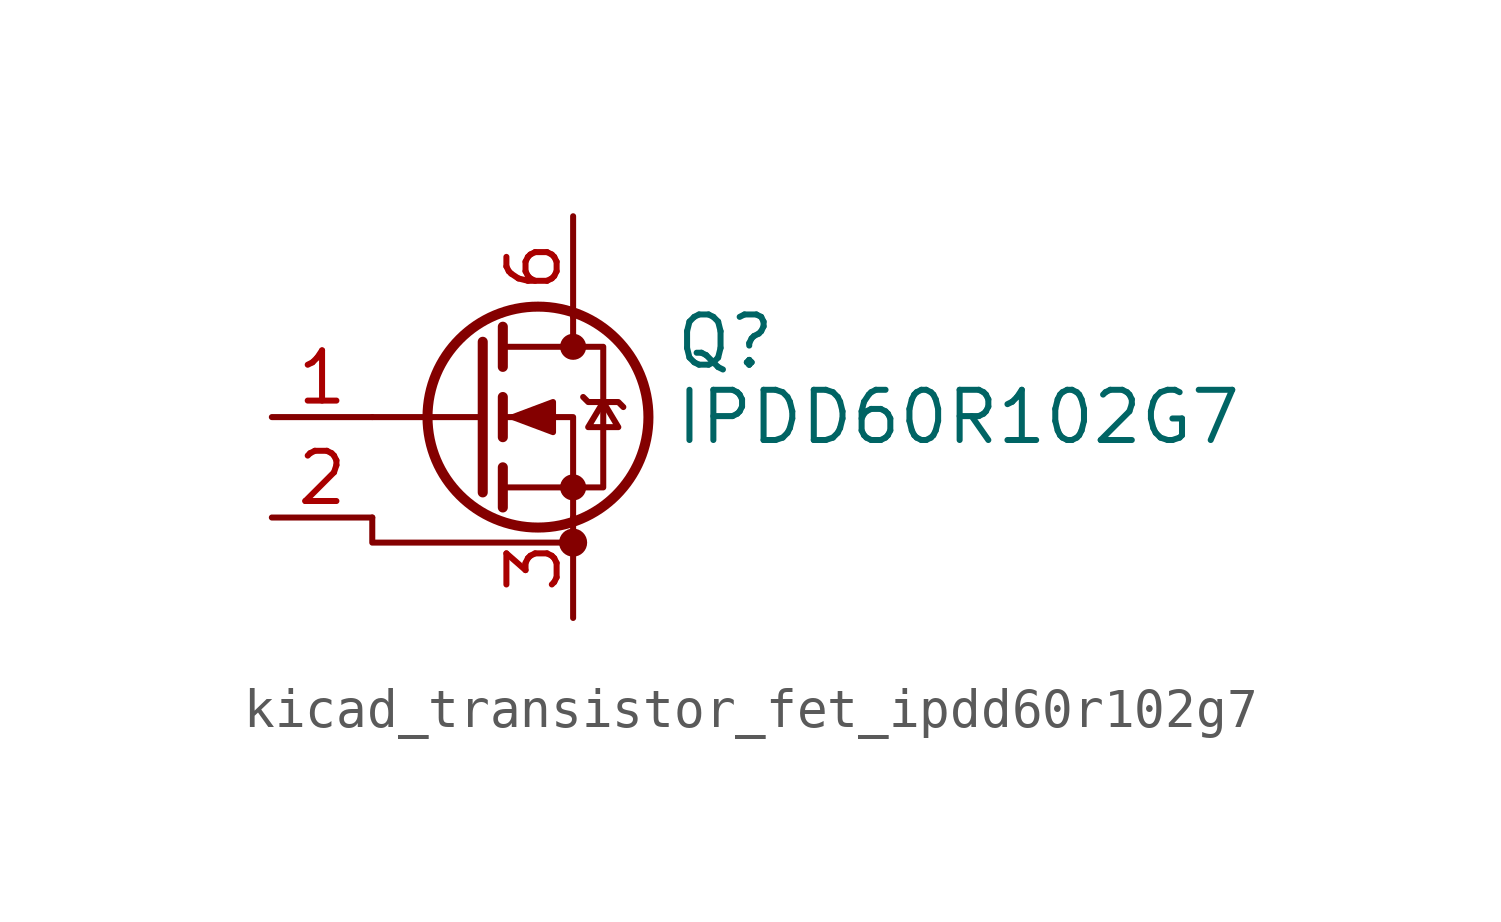
<source format=kicad_sym>
(kicad_symbol_lib
  (version 20220914)
  (generator kicad_symbol_editor)
  (symbol "kicad_transistor_fet_ipdd60r102g7"
    (pin_names hide)
    (property "Reference" "Q"
      (at 5.08 1.905 0)
      (effects (font (size 1.27 1.27)) (justify left)))
    (property "Value" "IPDD60R102G7"
      (at 5.08 0 0)
      (effects (font (size 1.27 1.27)) (justify left)))
    (symbol "kicad_transistor_fet_ipdd60r102g7_0_1"
      (polyline (pts (xy 0.254 0) (xy -2.54 0)) (stroke (width 0) (type default)) (fill (type none)))
      (polyline (pts (xy 0.254 1.905) (xy 0.254 -1.905)) (stroke (width 0.254) (type default)) (fill (type none)))
      (polyline (pts (xy 0.762 -1.27) (xy 0.762 -2.286)) (stroke (width 0.254) (type default)) (fill (type none)))
      (polyline (pts (xy 0.762 0.508) (xy 0.762 -0.508)) (stroke (width 0.254) (type default)) (fill (type none)))
      (polyline (pts (xy 0.762 2.286) (xy 0.762 1.27)) (stroke (width 0.254) (type default)) (fill (type none)))
      (polyline (pts (xy 2.54 2.54) (xy 2.54 1.778)) (stroke (width 0) (type default)) (fill (type none)))
      (polyline (pts (xy -2.54 -2.54) (xy -2.54 -3.175) (xy 2.54 -3.175)) (stroke (width 0) (type default)) (fill (type none)))
      (polyline (pts (xy 2.54 -2.54) (xy 2.54 0) (xy 0.762 0)) (stroke (width 0) (type default)) (fill (type none)))
      (polyline (pts (xy 0.762 -1.778) (xy 3.302 -1.778) (xy 3.302 1.778) (xy 0.762 1.778)) (stroke (width 0) (type default)) (fill (type none)))
      (polyline (pts (xy 1.016 0) (xy 2.032 0.381) (xy 2.032 -0.381) (xy 1.016 0)) (stroke (width 0) (type default)) (fill (type outline)))
      (polyline (pts (xy 2.794 0.508) (xy 2.921 0.381) (xy 3.683 0.381) (xy 3.81 0.254)) (stroke (width 0) (type default)) (fill (type none)))
      (polyline (pts (xy 3.302 0.381) (xy 2.921 -0.254) (xy 3.683 -0.254) (xy 3.302 0.381)) (stroke (width 0) (type default)) (fill (type none)))
      (circle (center 1.651 0) (radius 2.794) (stroke (width 0.254) (type default)) (fill (type none)))
      (circle (center 2.54 -3.175) (radius 0.279) (stroke (width 0) (type default)) (fill (type outline)))
      (circle (center 2.54 -1.778) (radius 0.254) (stroke (width 0) (type default)) (fill (type outline)))
      (circle (center 2.54 1.778) (radius 0.254) (stroke (width 0) (type default)) (fill (type outline))))
    (symbol "kicad_transistor_fet_ipdd60r102g7_1_1"
      (pin input line (at -5.08 0 0) (length 2.54) (name "G" (effects (font (size 1.27 1.27)))) (number "1" (effects (font (size 1.27 1.27)))))
      (pin passive line (at 2.54 5.08 270) (length 2.54) hide (name "D" (effects (font (size 1.27 1.27)))) (number "10" (effects (font (size 1.27 1.27)))))
      (pin passive line (at -5.08 -2.54 0) (length 2.54) (name "DS" (effects (font (size 1.27 1.27)))) (number "2" (effects (font (size 1.27 1.27)))))
      (pin passive line (at 2.54 -5.08 90) (length 2.54) (name "PS" (effects (font (size 1.27 1.27)))) (number "3" (effects (font (size 1.27 1.27)))))
      (pin passive line (at 2.54 -5.08 90) (length 2.54) hide (name "PS" (effects (font (size 1.27 1.27)))) (number "4" (effects (font (size 1.27 1.27)))))
      (pin passive line (at 2.54 -5.08 90) (length 2.54) hide (name "PS" (effects (font (size 1.27 1.27)))) (number "5" (effects (font (size 1.27 1.27)))))
      (pin passive line (at 2.54 5.08 270) (length 2.54) (name "D" (effects (font (size 1.27 1.27)))) (number "6" (effects (font (size 1.27 1.27)))))
      (pin passive line (at 2.54 5.08 270) (length 2.54) hide (name "D" (effects (font (size 1.27 1.27)))) (number "7" (effects (font (size 1.27 1.27)))))
      (pin passive line (at 2.54 5.08 270) (length 2.54) hide (name "D" (effects (font (size 1.27 1.27)))) (number "8" (effects (font (size 1.27 1.27)))))
      (pin passive line (at 2.54 5.08 270) (length 2.54) hide (name "D" (effects (font (size 1.27 1.27)))) (number "9" (effects (font (size 1.27 1.27))))))))
</source>
